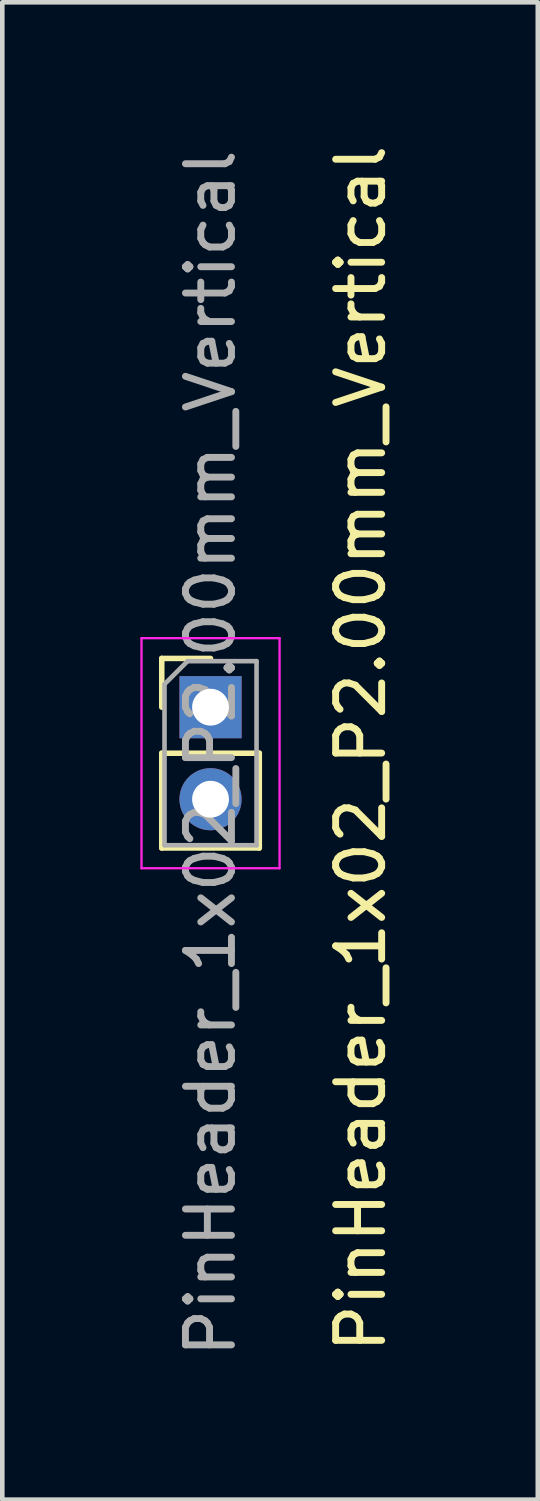
<source format=kicad_pcb>
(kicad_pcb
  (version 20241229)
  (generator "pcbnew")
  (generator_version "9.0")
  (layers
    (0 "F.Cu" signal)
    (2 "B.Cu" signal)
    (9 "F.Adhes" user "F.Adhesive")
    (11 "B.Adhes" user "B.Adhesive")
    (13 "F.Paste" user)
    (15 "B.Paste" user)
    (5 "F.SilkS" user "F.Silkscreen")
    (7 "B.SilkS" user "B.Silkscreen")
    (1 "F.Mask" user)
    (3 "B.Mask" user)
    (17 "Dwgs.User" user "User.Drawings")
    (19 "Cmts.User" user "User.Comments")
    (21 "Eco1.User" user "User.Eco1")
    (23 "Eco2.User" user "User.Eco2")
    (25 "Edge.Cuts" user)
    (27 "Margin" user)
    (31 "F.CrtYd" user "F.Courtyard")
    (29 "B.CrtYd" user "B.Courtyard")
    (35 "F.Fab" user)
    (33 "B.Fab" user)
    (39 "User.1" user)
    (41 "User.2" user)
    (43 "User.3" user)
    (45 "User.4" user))
  (footprint "PinHeader_1x02_P2.00mm_Vertical"
    (layer "F.Cu")
    (at 1.525 12.318)
    (property "Reference" "PinHeader_1x02_P2.00mm_Vertical" (at 3.264 0.902 270) (layer "F.SilkS") (effects (font (size 1 1) (thickness 0.15))))
    (attr through_hole)
    (fp_line (start -1.06 -1.06) (end 0 -1.06) (stroke (width 0.12) (type solid)) (layer "F.SilkS"))
    (fp_line (start -1.06 0) (end -1.06 -1.06) (stroke (width 0.12) (type solid)) (layer "F.SilkS"))
    (fp_line (start -1.06 1) (end -1.06 3.06) (stroke (width 0.12) (type solid)) (layer "F.SilkS"))
    (fp_line (start -1.06 1) (end 1.06 1) (stroke (width 0.12) (type solid)) (layer "F.SilkS"))
    (fp_line (start -1.06 3.06) (end 1.06 3.06) (stroke (width 0.12) (type solid)) (layer "F.SilkS"))
    (fp_line (start 1.06 1) (end 1.06 3.06) (stroke (width 0.12) (type solid)) (layer "F.SilkS"))
    (fp_line (start -1.5 -1.5) (end -1.5 3.5) (stroke (width 0.05) (type solid)) (layer "F.CrtYd"))
    (fp_line (start -1.5 3.5) (end 1.5 3.5) (stroke (width 0.05) (type solid)) (layer "F.CrtYd"))
    (fp_line (start 1.5 -1.5) (end -1.5 -1.5) (stroke (width 0.05) (type solid)) (layer "F.CrtYd"))
    (fp_line (start 1.5 3.5) (end 1.5 -1.5) (stroke (width 0.05) (type solid)) (layer "F.CrtYd"))
    (fp_line (start -1 -0.5) (end -0.5 -1) (stroke (width 0.1) (type solid)) (layer "F.Fab"))
    (fp_line (start -1 3) (end -1 -0.5) (stroke (width 0.1) (type solid)) (layer "F.Fab"))
    (fp_line (start -0.5 -1) (end 1 -1) (stroke (width 0.1) (type solid)) (layer "F.Fab"))
    (fp_line (start 1 -1) (end 1 3) (stroke (width 0.1) (type solid)) (layer "F.Fab"))
    (fp_line (start 1 3) (end -1 3) (stroke (width 0.1) (type solid)) (layer "F.Fab"))
    (fp_text user "${REFERENCE}" (at 0 1 90) (layer "F.Fab") (effects (font (size 1 1) (thickness 0.15))))
    (pad "1" thru_hole rect (at 0 0) (size 1.35 1.35) (drill 0.8) (layers "*.Cu" "*.Mask"))
    (pad "2" thru_hole oval (at 0 2) (size 1.35 1.35) (drill 0.8) (layers "*.Cu" "*.Mask")))
  (gr_rect
    (start -3 -3)
    (end 8.637 29.538)
    (stroke (width 0.1) (type default))
    (fill no)
    (layer "Edge.Cuts")))
</source>
